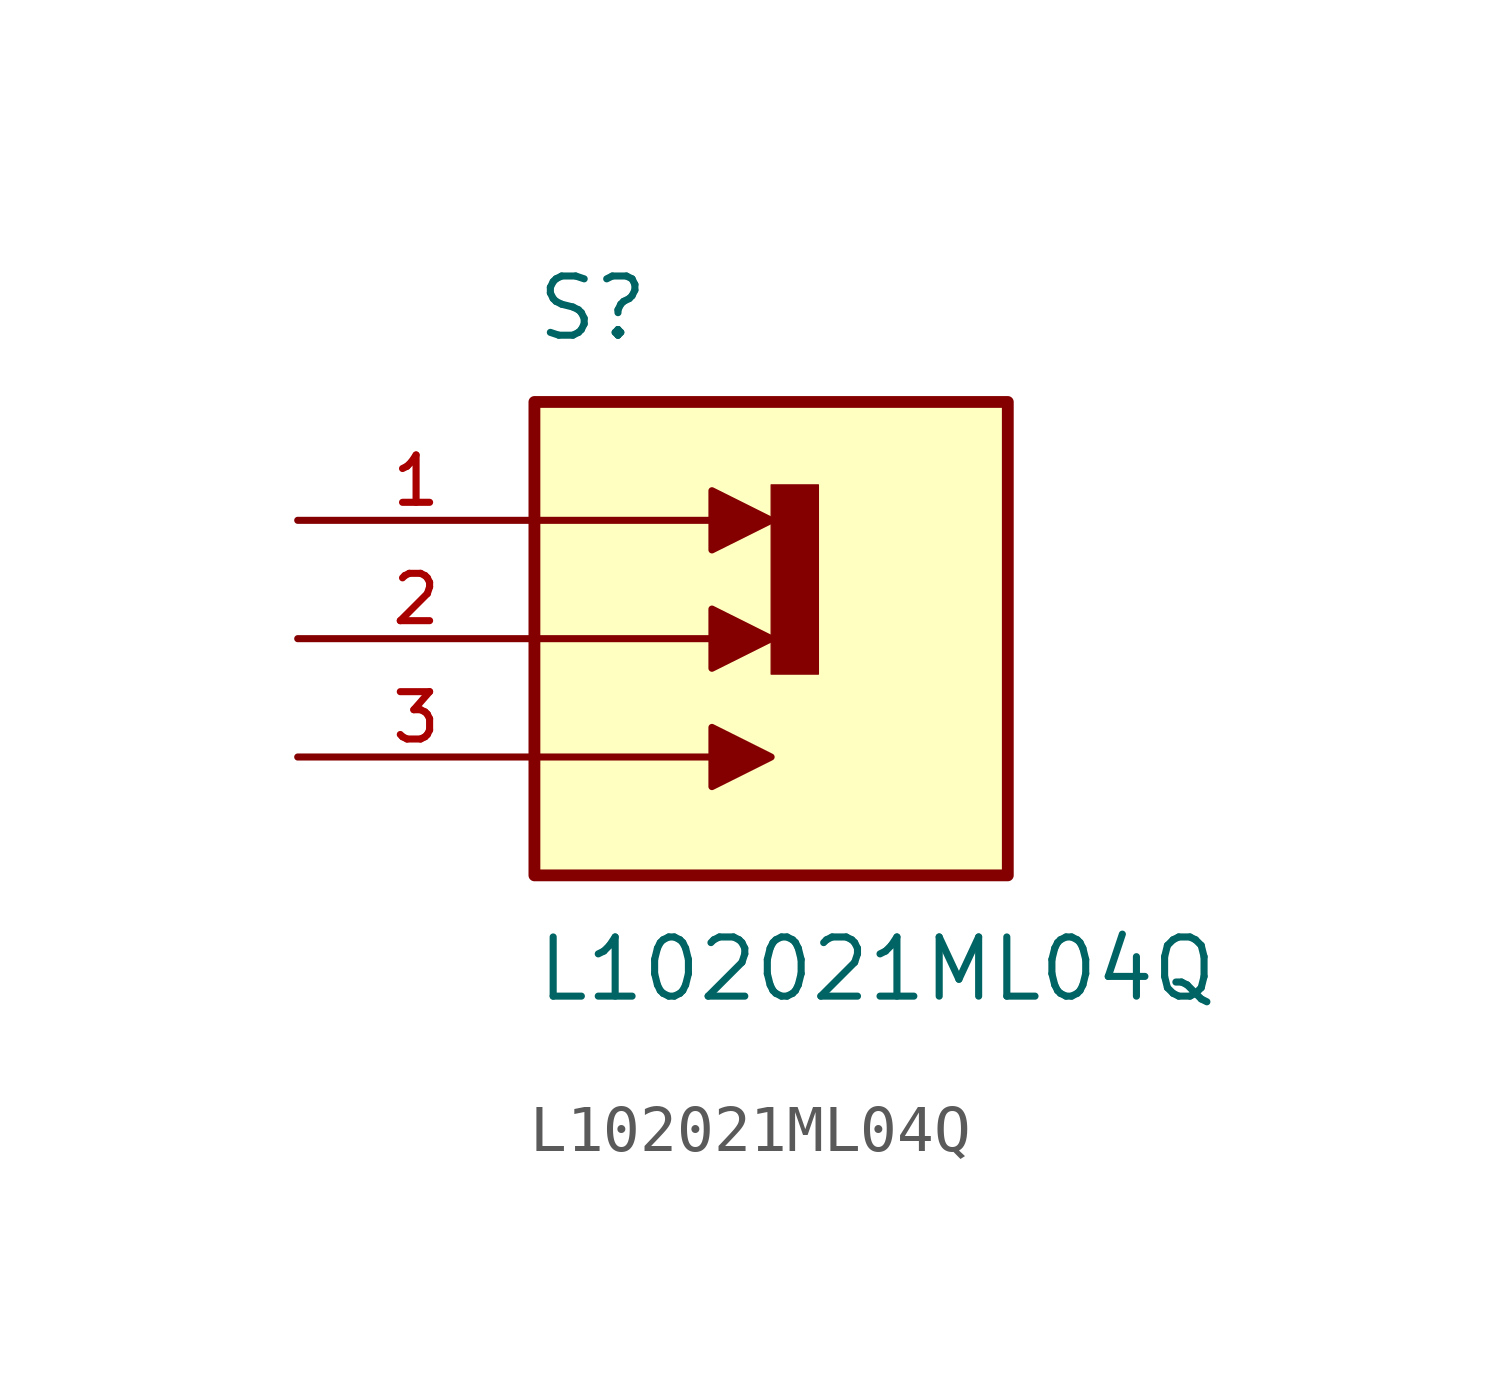
<source format=kicad_sym>
(kicad_symbol_lib
  (version 20211014)
  (generator kicad_symbol_editor)
  (symbol "L102021ML04Q"
    (pin_names
      (offset 1.016))
    (property "Reference" "S"
      (at -5.08 6.35 0)
      (effects (font (size 1.27 1.27)) (justify bottom left)))
    (property "Value" "L102021ML04Q"
      (at -5.08 -6.35 0)
      (effects (font (size 1.27 1.27)) (justify top left)))
    (symbol "L102021ML04Q_0_0"
      (polyline (pts (xy -5.08 2.54) (xy -1.27 2.54)) (stroke (width 0.152)))
      (polyline (pts (xy -1.27 3.175) (xy -1.27 1.905) (xy 0.0 2.54) (xy -1.27 3.175)) (stroke (width 0.152)) (fill (type outline)))
      (polyline (pts (xy -5.08 0.0) (xy -1.27 0.0)) (stroke (width 0.152)))
      (polyline (pts (xy -1.27 0.635) (xy -1.27 -0.635) (xy 0.0 0.0) (xy -1.27 0.635)) (stroke (width 0.152)) (fill (type outline)))
      (polyline (pts (xy -5.08 -2.54) (xy -1.27 -2.54)) (stroke (width 0.152)))
      (polyline (pts (xy -1.27 -1.905) (xy -1.27 -3.175) (xy 0.0 -2.54) (xy -1.27 -1.905)) (stroke (width 0.152)) (fill (type outline)))
      (polyline (pts (xy 0.0 3.302) (xy 0.0 -0.762) (xy 1.016 -0.762) (xy 1.016 3.302) (xy 0.0 3.302)) (stroke (width 0.025)) (fill (type outline)))
      (rectangle (start -5.08 -5.08) (end 5.08 5.08) (stroke (width 0.254)) (fill (type background)))
      (pin passive line (at -10.16 2.54 0) (length 5.08) (name "~" (effects (font (size 1.016 1.016)))) (number "1" (effects (font (size 1.016 1.016)))))
      (pin passive line (at -10.16 0.0 0) (length 5.08) (name "~" (effects (font (size 1.016 1.016)))) (number "2" (effects (font (size 1.016 1.016)))))
      (pin passive line (at -10.16 -2.54 0) (length 5.08) (name "~" (effects (font (size 1.016 1.016)))) (number "3" (effects (font (size 1.016 1.016))))))))
</source>
